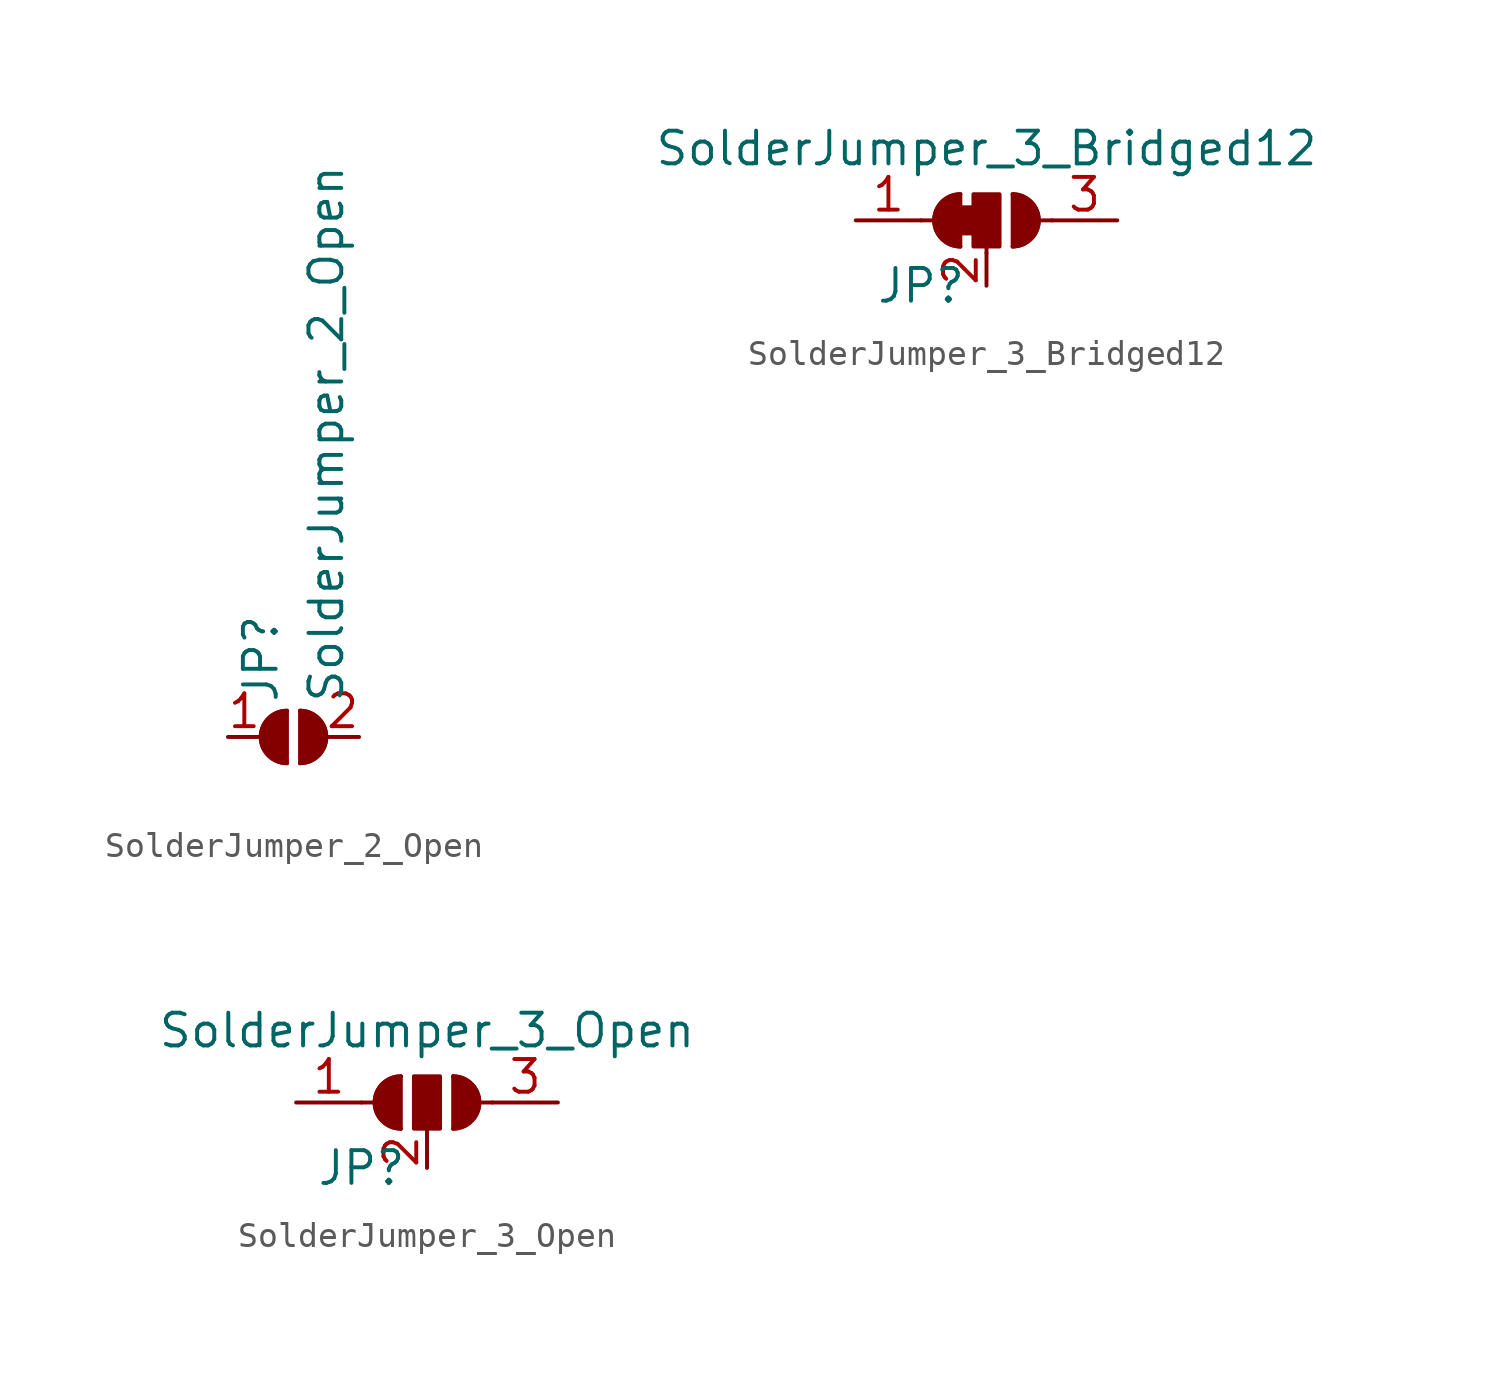
<source format=kicad_sym>
(kicad_symbol_lib
  (version 20220914)
  (generator kicad_symbol_editor)
  (symbol "SolderJumper_2_Open"
    (pin_names
      (offset 0) hide)
    (property "Reference" "JP"
      (at -1.27 1.27 90)
      (effects (font (size 1.27 1.27)) (justify left)))
    (property "Value" "SolderJumper_2_Open"
      (at 1.27 1.27 90)
      (effects (font (size 1.27 1.27)) (justify left)))
    (symbol "SolderJumper_2_Open_0_1"
      (arc (start -0.254 1.016) (mid -1.2656 0) (end -0.254 -1.016) (stroke (width 0) (type default)) (fill (type none)))
      (arc (start -0.254 1.016) (mid -1.2656 0) (end -0.254 -1.016) (stroke (width 0) (type default)) (fill (type outline)))
      (polyline (pts (xy -0.254 1.016) (xy -0.254 -1.016)) (stroke (width 0) (type default)) (fill (type none)))
      (polyline (pts (xy 0.254 1.016) (xy 0.254 -1.016)) (stroke (width 0) (type default)) (fill (type none)))
      (arc (start 0.254 -1.016) (mid 1.2656 0) (end 0.254 1.016) (stroke (width 0) (type default)) (fill (type none)))
      (arc (start 0.254 -1.016) (mid 1.2656 0) (end 0.254 1.016) (stroke (width 0) (type default)) (fill (type outline))))
    (symbol "SolderJumper_2_Open_1_1"
      (pin passive line (at -2.54 0 0) (length 1.27) (name "A" (effects (font (size 1.27 1.27)))) (number "1" (effects (font (size 1.27 1.27)))))
      (pin passive line (at 2.54 0 180) (length 1.27) (name "B" (effects (font (size 1.27 1.27)))) (number "2" (effects (font (size 1.27 1.27)))))))
  (symbol "SolderJumper_3_Bridged12"
    (pin_names
      (offset 0) hide)
    (property "Reference" "JP"
      (at -2.54 -2.54 0)
      (effects (font (size 1.27 1.27))))
    (property "Value" "SolderJumper_3_Bridged12"
      (at 0 2.794 0)
      (effects (font (size 1.27 1.27))))
    (symbol "SolderJumper_3_Bridged12_0_1"
      (rectangle (start -1.016 0.508) (end -0.508 -0.508) (stroke (width 0) (type default)) (fill (type outline)))
      (arc (start -1.016 1.016) (mid -2.0276 0) (end -1.016 -1.016) (stroke (width 0) (type default)) (fill (type none)))
      (arc (start -1.016 1.016) (mid -2.0276 0) (end -1.016 -1.016) (stroke (width 0) (type default)) (fill (type outline)))
      (rectangle (start -0.508 1.016) (end 0.508 -1.016) (stroke (width 0) (type default)) (fill (type outline)))
      (polyline (pts (xy -2.54 0) (xy -2.032 0)) (stroke (width 0) (type default)) (fill (type none)))
      (polyline (pts (xy -1.016 1.016) (xy -1.016 -1.016)) (stroke (width 0) (type default)) (fill (type none)))
      (polyline (pts (xy 0 -1.27) (xy 0 -1.016)) (stroke (width 0) (type default)) (fill (type none)))
      (polyline (pts (xy 1.016 1.016) (xy 1.016 -1.016)) (stroke (width 0) (type default)) (fill (type none)))
      (polyline (pts (xy 2.54 0) (xy 2.032 0)) (stroke (width 0) (type default)) (fill (type none)))
      (arc (start 1.016 -1.016) (mid 2.0276 0) (end 1.016 1.016) (stroke (width 0) (type default)) (fill (type none)))
      (arc (start 1.016 -1.016) (mid 2.0276 0) (end 1.016 1.016) (stroke (width 0) (type default)) (fill (type outline))))
    (symbol "SolderJumper_3_Bridged12_1_1"
      (pin passive line (at -5.08 0 0) (length 2.54) (name "A" (effects (font (size 1.27 1.27)))) (number "1" (effects (font (size 1.27 1.27)))))
      (pin passive line (at 0 -2.54 90) (length 1.27) (name "C" (effects (font (size 1.27 1.27)))) (number "2" (effects (font (size 1.27 1.27)))))
      (pin passive line (at 5.08 0 180) (length 2.54) (name "B" (effects (font (size 1.27 1.27)))) (number "3" (effects (font (size 1.27 1.27)))))))
  (symbol "SolderJumper_3_Open"
    (pin_names
      (offset 0) hide)
    (property "Reference" "JP"
      (at -2.54 -2.54 0)
      (effects (font (size 1.27 1.27))))
    (property "Value" "SolderJumper_3_Open"
      (at 0 2.794 0)
      (effects (font (size 1.27 1.27))))
    (symbol "SolderJumper_3_Open_0_1"
      (arc (start -1.016 1.016) (mid -2.0276 0) (end -1.016 -1.016) (stroke (width 0) (type default)) (fill (type none)))
      (arc (start -1.016 1.016) (mid -2.0276 0) (end -1.016 -1.016) (stroke (width 0) (type default)) (fill (type outline)))
      (rectangle (start -0.508 1.016) (end 0.508 -1.016) (stroke (width 0) (type default)) (fill (type outline)))
      (polyline (pts (xy -2.54 0) (xy -2.032 0)) (stroke (width 0) (type default)) (fill (type none)))
      (polyline (pts (xy -1.016 1.016) (xy -1.016 -1.016)) (stroke (width 0) (type default)) (fill (type none)))
      (polyline (pts (xy 0 -1.27) (xy 0 -1.016)) (stroke (width 0) (type default)) (fill (type none)))
      (polyline (pts (xy 1.016 1.016) (xy 1.016 -1.016)) (stroke (width 0) (type default)) (fill (type none)))
      (polyline (pts (xy 2.54 0) (xy 2.032 0)) (stroke (width 0) (type default)) (fill (type none)))
      (arc (start 1.016 -1.016) (mid 2.0276 0) (end 1.016 1.016) (stroke (width 0) (type default)) (fill (type none)))
      (arc (start 1.016 -1.016) (mid 2.0276 0) (end 1.016 1.016) (stroke (width 0) (type default)) (fill (type outline))))
    (symbol "SolderJumper_3_Open_1_1"
      (pin passive line (at -5.08 0 0) (length 2.54) (name "A" (effects (font (size 1.27 1.27)))) (number "1" (effects (font (size 1.27 1.27)))))
      (pin passive line (at 0 -2.54 90) (length 1.27) (name "C" (effects (font (size 1.27 1.27)))) (number "2" (effects (font (size 1.27 1.27)))))
      (pin passive line (at 5.08 0 180) (length 2.54) (name "B" (effects (font (size 1.27 1.27)))) (number "3" (effects (font (size 1.27 1.27))))))))
</source>
